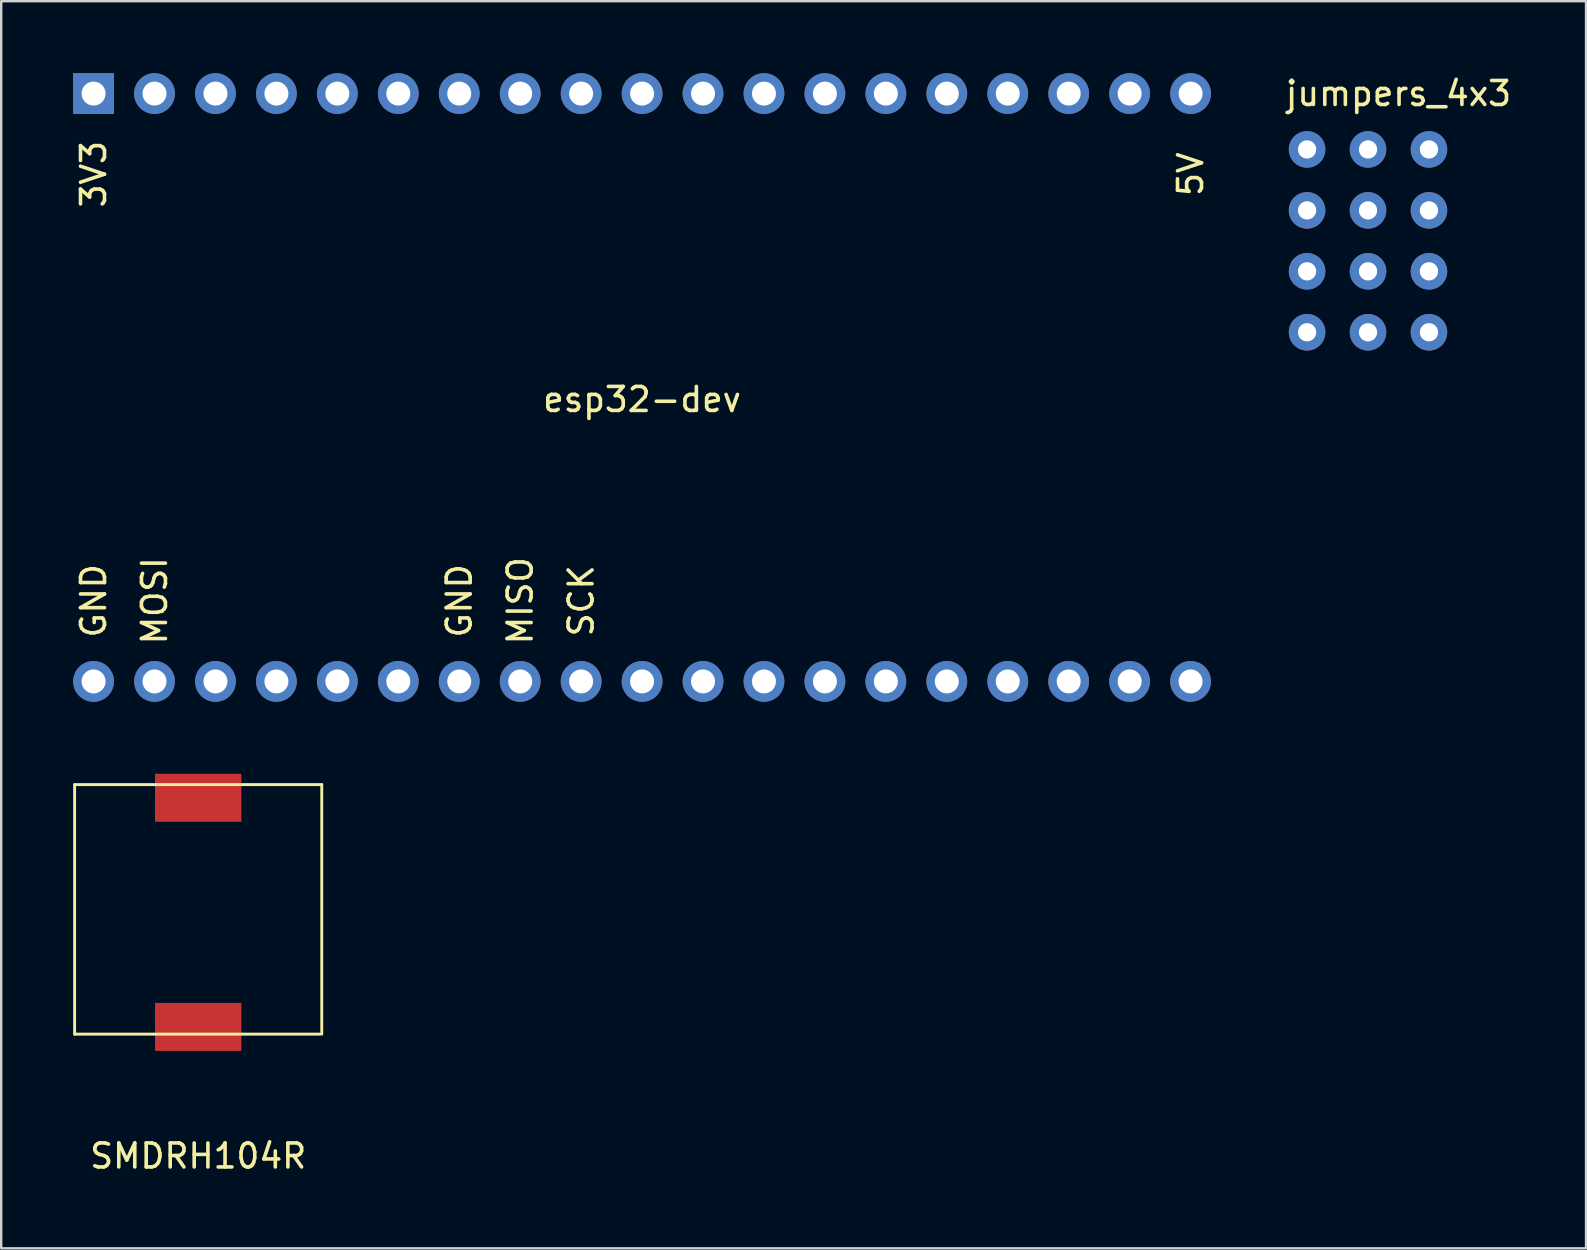
<source format=kicad_pcb>
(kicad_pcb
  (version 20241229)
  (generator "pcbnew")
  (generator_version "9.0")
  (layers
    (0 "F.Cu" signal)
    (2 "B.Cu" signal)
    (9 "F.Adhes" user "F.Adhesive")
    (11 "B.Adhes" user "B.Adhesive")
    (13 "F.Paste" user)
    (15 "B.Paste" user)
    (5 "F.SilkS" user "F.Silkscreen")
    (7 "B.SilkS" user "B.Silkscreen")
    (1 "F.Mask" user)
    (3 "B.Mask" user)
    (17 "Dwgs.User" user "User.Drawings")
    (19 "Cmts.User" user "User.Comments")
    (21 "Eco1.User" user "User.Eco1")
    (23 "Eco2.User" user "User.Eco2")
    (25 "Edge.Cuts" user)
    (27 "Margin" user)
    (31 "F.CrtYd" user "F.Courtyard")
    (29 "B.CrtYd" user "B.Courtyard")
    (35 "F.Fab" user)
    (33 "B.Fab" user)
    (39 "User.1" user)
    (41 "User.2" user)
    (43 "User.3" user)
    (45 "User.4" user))
  (footprint "jumpers_4x3"
    (layer "F.Cu")
    (at 53.965 3.178)
    (property "Reference" "jumpers_4x3" (at 1.27 -2.33 0) (layer "F.SilkS") (effects (font (size 1 1) (thickness 0.15))))
    (attr through_hole)
    (pad "1" thru_hole circle (at -2.54 0) (size 1.524 1.524) (drill 0.762) (layers "*.Cu" "*.Mask"))
    (pad "2" thru_hole circle (at -2.54 2.54) (size 1.524 1.524) (drill 0.762) (layers "*.Cu" "*.Mask"))
    (pad "3" thru_hole circle (at -2.54 5.08) (size 1.524 1.524) (drill 0.762) (layers "*.Cu" "*.Mask"))
    (pad "4" thru_hole circle (at -2.54 7.62) (size 1.524 1.524) (drill 0.762) (layers "*.Cu" "*.Mask"))
    (pad "5" thru_hole circle (at 0 0) (size 1.524 1.524) (drill 0.762) (layers "*.Cu" "*.Mask"))
    (pad "6" thru_hole circle (at 0 2.54) (size 1.524 1.524) (drill 0.762) (layers "*.Cu" "*.Mask"))
    (pad "7" thru_hole circle (at 0 5.08) (size 1.524 1.524) (drill 0.762) (layers "*.Cu" "*.Mask"))
    (pad "8" thru_hole circle (at 0 7.62) (size 1.524 1.524) (drill 0.762) (layers "*.Cu" "*.Mask"))
    (pad "9" thru_hole circle (at 2.54 0) (size 1.524 1.524) (drill 0.762) (layers "*.Cu" "*.Mask"))
    (pad "10" thru_hole circle (at 2.54 2.54) (size 1.524 1.524) (drill 0.762) (layers "*.Cu" "*.Mask"))
    (pad "11" thru_hole circle (at 2.54 5.08) (size 1.524 1.524) (drill 0.762) (layers "*.Cu" "*.Mask"))
    (pad "12" thru_hole circle (at 2.54 7.62) (size 1.524 1.524) (drill 0.762) (layers "*.Cu" "*.Mask")))
  (footprint "esp32-dev"
    (layer "F.Cu")
    (at 23.71 13.1)
    (property "Reference" "esp32-dev" (at 0 0.5 0) (layer "F.SilkS") (effects (font (size 1 1) (thickness 0.15))))
    (attr through_hole)
    (fp_text user "MOSI" (at -20.32 8.89 90) (layer "F.SilkS") (effects (font (size 1 1) (thickness 0.15))))
    (fp_text user "SCK" (at -2.54 8.89 90) (layer "F.SilkS") (effects (font (size 1 1) (thickness 0.15))))
    (fp_text user "GND" (at -7.62 8.89 90) (layer "F.SilkS") (effects (font (size 1 1) (thickness 0.15))))
    (fp_text user "GND" (at -22.86 8.89 90) (layer "F.SilkS") (effects (font (size 1 1) (thickness 0.15))))
    (fp_text user "MISO" (at -5.08 8.89 90) (layer "F.SilkS") (effects (font (size 1 1) (thickness 0.15))))
    (fp_text user "5V" (at 22.86 -8.89 90) (layer "F.SilkS") (effects (font (size 1 1) (thickness 0.15))))
    (fp_text user "3V3" (at -22.86 -8.89 90) (layer "F.SilkS") (effects (font (size 1 1) (thickness 0.15))))
    (pad "1" thru_hole rect (at -22.86 -12.25) (size 1.7 1.7) (drill 1) (layers "*.Cu" "*.Mask"))
    (pad "2" thru_hole circle (at -20.32 -12.25) (size 1.7 1.7) (drill 1) (layers "*.Cu" "*.Mask"))
    (pad "3" thru_hole circle (at -17.78 -12.25) (size 1.7 1.7) (drill 1) (layers "*.Cu" "*.Mask"))
    (pad "4" thru_hole circle (at -15.24 -12.25) (size 1.7 1.7) (drill 1) (layers "*.Cu" "*.Mask"))
    (pad "5" thru_hole circle (at -12.7 -12.25) (size 1.7 1.7) (drill 1) (layers "*.Cu" "*.Mask"))
    (pad "6" thru_hole circle (at -10.16 -12.25) (size 1.7 1.7) (drill 1) (layers "*.Cu" "*.Mask"))
    (pad "7" thru_hole circle (at -7.62 -12.25) (size 1.7 1.7) (drill 1) (layers "*.Cu" "*.Mask"))
    (pad "8" thru_hole circle (at -5.08 -12.25) (size 1.7 1.7) (drill 1) (layers "*.Cu" "*.Mask"))
    (pad "9" thru_hole circle (at -2.54 -12.25) (size 1.7 1.7) (drill 1) (layers "*.Cu" "*.Mask"))
    (pad "10" thru_hole circle (at 0 -12.25) (size 1.7 1.7) (drill 1) (layers "*.Cu" "*.Mask"))
    (pad "11" thru_hole circle (at 2.54 -12.25) (size 1.7 1.7) (drill 1) (layers "*.Cu" "*.Mask"))
    (pad "12" thru_hole circle (at 5.08 -12.25) (size 1.7 1.7) (drill 1) (layers "*.Cu" "*.Mask"))
    (pad "13" thru_hole circle (at 7.62 -12.25) (size 1.7 1.7) (drill 1) (layers "*.Cu" "*.Mask"))
    (pad "14" thru_hole circle (at 10.16 -12.25) (size 1.7 1.7) (drill 1) (layers "*.Cu" "*.Mask"))
    (pad "15" thru_hole circle (at 12.7 -12.25) (size 1.7 1.7) (drill 1) (layers "*.Cu" "*.Mask"))
    (pad "16" thru_hole circle (at 15.24 -12.25) (size 1.7 1.7) (drill 1) (layers "*.Cu" "*.Mask"))
    (pad "17" thru_hole circle (at 17.78 -12.25) (size 1.7 1.7) (drill 1) (layers "*.Cu" "*.Mask"))
    (pad "18" thru_hole circle (at 20.32 -12.25) (size 1.7 1.7) (drill 1) (layers "*.Cu" "*.Mask"))
    (pad "19" thru_hole circle (at 22.86 -12.25) (size 1.7 1.7) (drill 1) (layers "*.Cu" "*.Mask"))
    (pad "20" thru_hole circle (at -22.86 12.25) (size 1.7 1.7) (drill 1) (layers "*.Cu" "*.Mask"))
    (pad "21" thru_hole circle (at -20.32 12.25) (size 1.7 1.7) (drill 1) (layers "*.Cu" "*.Mask"))
    (pad "22" thru_hole circle (at -17.78 12.25) (size 1.7 1.7) (drill 1) (layers "*.Cu" "*.Mask"))
    (pad "23" thru_hole circle (at -15.24 12.25) (size 1.7 1.7) (drill 1) (layers "*.Cu" "*.Mask"))
    (pad "24" thru_hole circle (at -12.7 12.25) (size 1.7 1.7) (drill 1) (layers "*.Cu" "*.Mask"))
    (pad "25" thru_hole circle (at -10.16 12.25) (size 1.7 1.7) (drill 1) (layers "*.Cu" "*.Mask"))
    (pad "26" thru_hole circle (at -7.62 12.25) (size 1.7 1.7) (drill 1) (layers "*.Cu" "*.Mask"))
    (pad "27" thru_hole circle (at -5.08 12.25) (size 1.7 1.7) (drill 1) (layers "*.Cu" "*.Mask"))
    (pad "28" thru_hole circle (at -2.54 12.25) (size 1.7 1.7) (drill 1) (layers "*.Cu" "*.Mask"))
    (pad "29" thru_hole circle (at 0 12.25) (size 1.7 1.7) (drill 1) (layers "*.Cu" "*.Mask"))
    (pad "30" thru_hole circle (at 2.54 12.25) (size 1.7 1.7) (drill 1) (layers "*.Cu" "*.Mask"))
    (pad "31" thru_hole circle (at 5.08 12.25) (size 1.7 1.7) (drill 1) (layers "*.Cu" "*.Mask"))
    (pad "32" thru_hole circle (at 7.62 12.25) (size 1.7 1.7) (drill 1) (layers "*.Cu" "*.Mask"))
    (pad "33" thru_hole circle (at 10.16 12.25) (size 1.7 1.7) (drill 1) (layers "*.Cu" "*.Mask"))
    (pad "34" thru_hole circle (at 12.7 12.25) (size 1.7 1.7) (drill 1) (layers "*.Cu" "*.Mask"))
    (pad "35" thru_hole circle (at 15.24 12.25) (size 1.7 1.7) (drill 1) (layers "*.Cu" "*.Mask"))
    (pad "36" thru_hole circle (at 17.78 12.25) (size 1.7 1.7) (drill 1) (layers "*.Cu" "*.Mask"))
    (pad "37" thru_hole circle (at 20.32 12.25) (size 1.7 1.7) (drill 1) (layers "*.Cu" "*.Mask"))
    (pad "38" thru_hole circle (at 22.86 12.25) (size 1.7 1.7) (drill 1) (layers "*.Cu" "*.Mask")))
  (footprint "SMDRH104R"
    (layer "F.Cu")
    (at 5.21 40.05)
    (property "Reference" "SMDRH104R" (at 0 5.08 0) (layer "F.SilkS") (effects (font (size 1 1) (thickness 0.15))))
    (attr through_hole)
    (fp_line (start -5.15 0) (end -5.15 -10.4) (stroke (width 0.12) (type solid)) (layer "F.SilkS"))
    (fp_line (start 5.08 0) (end -5.15 0) (stroke (width 0.12) (type solid)) (layer "F.SilkS"))
    (fp_line (start 5.15 -10.4) (end -5.15 -10.4) (stroke (width 0.12) (type solid)) (layer "F.SilkS"))
    (fp_line (start 5.15 0) (end 5.15 -10.4) (stroke (width 0.12) (type solid)) (layer "F.SilkS"))
    (pad "1" smd rect (at 0 -9.85) (size 3.6 2) (layers "F.Cu" "F.Mask" "F.Paste"))
    (pad "2" smd rect (at 0 -0.3) (size 3.6 2) (layers "F.Cu" "F.Mask" "F.Paste")))
  (gr_rect
    (start -3 -3)
    (end 63.051 48.978)
    (stroke (width 0.1) (type default))
    (fill no)
    (layer "Edge.Cuts")))
</source>
